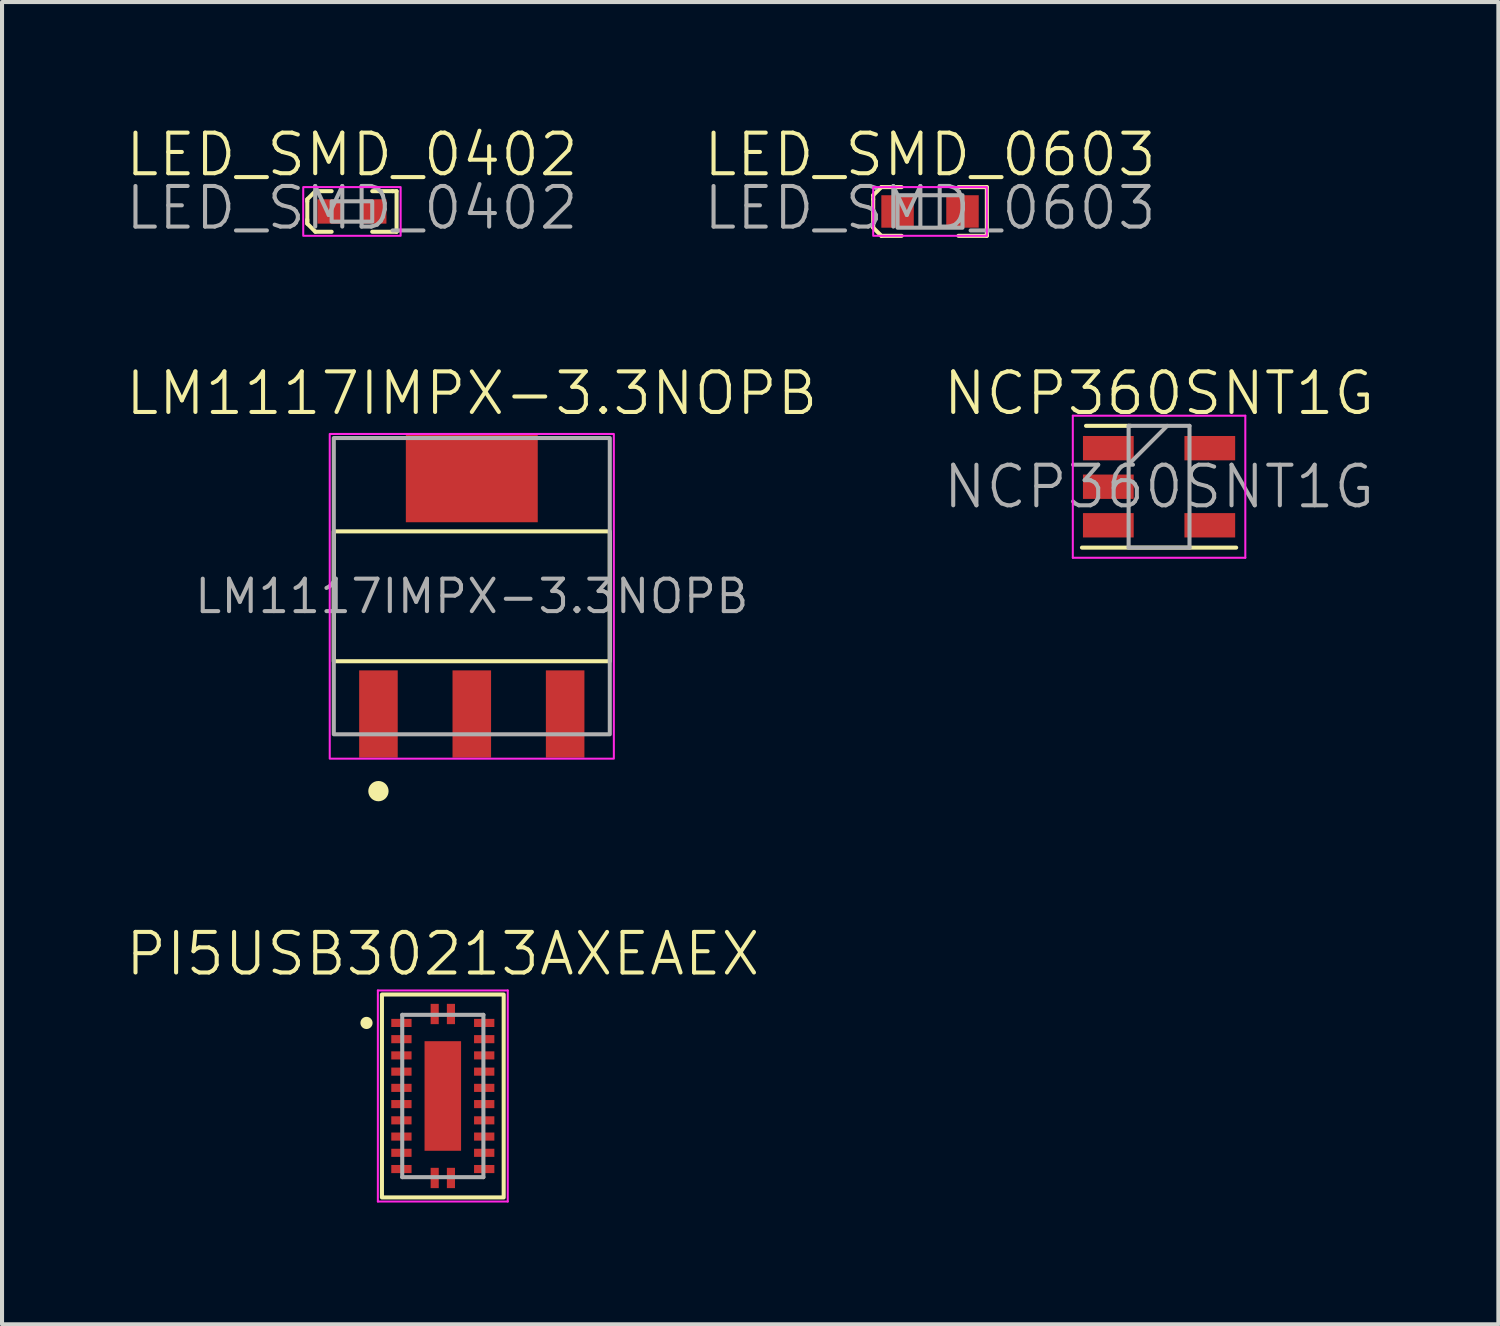
<source format=kicad_pcb>
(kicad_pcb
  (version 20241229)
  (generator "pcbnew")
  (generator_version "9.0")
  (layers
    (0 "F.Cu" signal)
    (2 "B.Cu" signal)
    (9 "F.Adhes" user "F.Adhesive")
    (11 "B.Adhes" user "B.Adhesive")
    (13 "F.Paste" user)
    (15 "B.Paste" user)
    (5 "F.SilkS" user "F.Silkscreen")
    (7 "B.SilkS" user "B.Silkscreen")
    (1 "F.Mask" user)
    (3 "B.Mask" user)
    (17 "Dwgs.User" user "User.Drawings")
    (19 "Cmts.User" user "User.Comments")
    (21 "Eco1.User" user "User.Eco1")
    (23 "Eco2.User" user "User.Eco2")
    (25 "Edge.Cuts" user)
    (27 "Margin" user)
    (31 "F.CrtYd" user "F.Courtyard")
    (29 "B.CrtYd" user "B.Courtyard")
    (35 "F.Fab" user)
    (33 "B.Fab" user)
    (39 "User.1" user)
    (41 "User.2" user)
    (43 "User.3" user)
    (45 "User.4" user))
  (footprint "PI5USB30213AXEAEX"
    (layer "F.Cu")
    (at 7.86 23.953)
    (property "Reference" "PI5USB30213AXEAEX" (at 0 -3.5 0) (layer "F.SilkS") (effects (font (size 1 1) (thickness 0.1))))
    (attr smd)
    (fp_rect (start -1.5 -2.5) (end 1.5 2.5) (stroke (width 0.1) (type default)) (fill no) (layer "F.SilkS"))
    (fp_circle (center -1.88 -1.8) (end -1.78 -1.8) (stroke (width 0.1) (type solid)) (fill yes) (layer "F.SilkS"))
    (fp_poly (pts (xy -0.375 -1.275) (xy -0.075 -1.275) (xy -0.075 -0.975) (xy -0.375 -0.975)) (stroke (width 0.01) (type solid)) (fill yes) (layer "F.Paste"))
    (fp_poly (pts (xy -0.375 -0.825) (xy -0.075 -0.825) (xy -0.075 -0.525) (xy -0.375 -0.525)) (stroke (width 0.01) (type solid)) (fill yes) (layer "F.Paste"))
    (fp_poly (pts (xy -0.375 -0.375) (xy -0.075 -0.375) (xy -0.075 -0.075) (xy -0.375 -0.075)) (stroke (width 0.01) (type solid)) (fill yes) (layer "F.Paste"))
    (fp_poly (pts (xy -0.375 0.075) (xy -0.075 0.075) (xy -0.075 0.375) (xy -0.375 0.375)) (stroke (width 0.01) (type solid)) (fill yes) (layer "F.Paste"))
    (fp_poly (pts (xy -0.375 0.525) (xy -0.075 0.525) (xy -0.075 0.825) (xy -0.375 0.825)) (stroke (width 0.01) (type solid)) (fill yes) (layer "F.Paste"))
    (fp_poly (pts (xy -0.375 0.975) (xy -0.075 0.975) (xy -0.075 1.275) (xy -0.375 1.275)) (stroke (width 0.01) (type solid)) (fill yes) (layer "F.Paste"))
    (fp_poly (pts (xy 0.075 -1.275) (xy 0.375 -1.275) (xy 0.375 -0.975) (xy 0.075 -0.975)) (stroke (width 0.01) (type solid)) (fill yes) (layer "F.Paste"))
    (fp_poly (pts (xy 0.075 -0.825) (xy 0.375 -0.825) (xy 0.375 -0.525) (xy 0.075 -0.525)) (stroke (width 0.01) (type solid)) (fill yes) (layer "F.Paste"))
    (fp_poly (pts (xy 0.075 -0.375) (xy 0.375 -0.375) (xy 0.375 -0.075) (xy 0.075 -0.075)) (stroke (width 0.01) (type solid)) (fill yes) (layer "F.Paste"))
    (fp_poly (pts (xy 0.075 0.075) (xy 0.375 0.075) (xy 0.375 0.375) (xy 0.075 0.375)) (stroke (width 0.01) (type solid)) (fill yes) (layer "F.Paste"))
    (fp_poly (pts (xy 0.075 0.525) (xy 0.375 0.525) (xy 0.375 0.825) (xy 0.075 0.825)) (stroke (width 0.01) (type solid)) (fill yes) (layer "F.Paste"))
    (fp_poly (pts (xy 0.075 0.975) (xy 0.375 0.975) (xy 0.375 1.275) (xy 0.075 1.275)) (stroke (width 0.01) (type solid)) (fill yes) (layer "F.Paste"))
    (fp_line (start -1.6 -2.6) (end 1.6 -2.6) (stroke (width 0.05) (type solid)) (layer "F.CrtYd"))
    (fp_line (start -1.6 2.6) (end -1.6 -2.6) (stroke (width 0.05) (type solid)) (layer "F.CrtYd"))
    (fp_line (start -1.6 2.6) (end 1.6 2.6) (stroke (width 0.05) (type solid)) (layer "F.CrtYd"))
    (fp_line (start 1.6 2.6) (end 1.6 -2.6) (stroke (width 0.05) (type solid)) (layer "F.CrtYd"))
    (fp_line (start -1 2) (end -1 -2) (stroke (width 0.1) (type solid)) (layer "F.Fab"))
    (fp_line (start 1 -2) (end -1 -2) (stroke (width 0.1) (type solid)) (layer "F.Fab"))
    (fp_line (start 1 2) (end -1 2) (stroke (width 0.1) (type solid)) (layer "F.Fab"))
    (fp_line (start 1 2) (end 1 -2) (stroke (width 0.1) (type solid)) (layer "F.Fab"))
    (pad "1" smd rect (at -1.02 -1.8) (size 0.5 0.2) (layers "F.Cu" "F.Mask" "F.Paste"))
    (pad "2" smd rect (at -1.02 -1.4) (size 0.5 0.2) (layers "F.Cu" "F.Mask" "F.Paste"))
    (pad "3" smd rect (at -1.02 -1) (size 0.5 0.2) (layers "F.Cu" "F.Mask" "F.Paste"))
    (pad "4" smd rect (at -1.02 -0.6) (size 0.5 0.2) (layers "F.Cu" "F.Mask" "F.Paste"))
    (pad "5" smd rect (at -1.02 -0.2) (size 0.5 0.2) (layers "F.Cu" "F.Mask" "F.Paste"))
    (pad "6" smd rect (at -1.02 0.2) (size 0.5 0.2) (layers "F.Cu" "F.Mask" "F.Paste"))
    (pad "7" smd rect (at -1.02 0.6) (size 0.5 0.2) (layers "F.Cu" "F.Mask" "F.Paste"))
    (pad "8" smd rect (at -1.02 1) (size 0.5 0.2) (layers "F.Cu" "F.Mask" "F.Paste"))
    (pad "9" smd rect (at -1.02 1.4) (size 0.5 0.2) (layers "F.Cu" "F.Mask" "F.Paste"))
    (pad "10" smd rect (at -1.02 1.8) (size 0.5 0.2) (layers "F.Cu" "F.Mask" "F.Paste"))
    (pad "11" smd rect (at -0.2 2.02) (size 0.2 0.5) (layers "F.Cu" "F.Mask" "F.Paste"))
    (pad "12" smd rect (at 0.2 2.02) (size 0.2 0.5) (layers "F.Cu" "F.Mask" "F.Paste"))
    (pad "13" smd rect (at 1.02 1.8) (size 0.5 0.2) (layers "F.Cu" "F.Mask" "F.Paste"))
    (pad "14" smd rect (at 1.02 1.4) (size 0.5 0.2) (layers "F.Cu" "F.Mask" "F.Paste"))
    (pad "15" smd rect (at 1.02 1) (size 0.5 0.2) (layers "F.Cu" "F.Mask" "F.Paste"))
    (pad "16" smd rect (at 1.02 0.6) (size 0.5 0.2) (layers "F.Cu" "F.Mask" "F.Paste"))
    (pad "17" smd rect (at 1.02 0.2) (size 0.5 0.2) (layers "F.Cu" "F.Mask" "F.Paste"))
    (pad "18" smd rect (at 1.02 -0.2) (size 0.5 0.2) (layers "F.Cu" "F.Mask" "F.Paste"))
    (pad "19" smd rect (at 1.02 -0.6) (size 0.5 0.2) (layers "F.Cu" "F.Mask" "F.Paste"))
    (pad "20" smd rect (at 1.02 -1) (size 0.5 0.2) (layers "F.Cu" "F.Mask" "F.Paste"))
    (pad "21" smd rect (at 1.02 -1.4) (size 0.5 0.2) (layers "F.Cu" "F.Mask" "F.Paste"))
    (pad "22" smd rect (at 1.02 -1.8) (size 0.5 0.2) (layers "F.Cu" "F.Mask" "F.Paste"))
    (pad "23" smd rect (at 0.2 -2.02) (size 0.2 0.5) (layers "F.Cu" "F.Mask" "F.Paste"))
    (pad "24" smd rect (at -0.2 -2.02) (size 0.2 0.5) (layers "F.Cu" "F.Mask" "F.Paste"))
    (pad "25" smd rect (at 0 0) (size 0.9 2.7) (layers "F.Cu" "F.Mask")))
  (footprint "NCP360SNT1G"
    (layer "F.Cu")
    (at 25.507 8.942)
    (property "Reference" "NCP360SNT1G" (at 0 -2.3 0) (layer "F.SilkS") (effects (font (size 1 1) (thickness 0.1))))
    (attr smd)
    (fp_line (start -1.9 1.5) (end 1.9 1.5) (stroke (width 0.1) (type default)) (layer "F.SilkS"))
    (fp_line (start -1.8 -1.5) (end -0.7 -1.5) (stroke (width 0.1) (type default)) (layer "F.SilkS"))
    (fp_line (start -2.125 -1.75) (end 2.125 -1.75) (stroke (width 0.05) (type solid)) (layer "F.CrtYd"))
    (fp_line (start -2.125 1.75) (end -2.125 -1.75) (stroke (width 0.05) (type solid)) (layer "F.CrtYd"))
    (fp_line (start 2.125 -1.75) (end 2.125 1.75) (stroke (width 0.05) (type solid)) (layer "F.CrtYd"))
    (fp_line (start 2.125 1.75) (end -2.125 1.75) (stroke (width 0.05) (type solid)) (layer "F.CrtYd"))
    (fp_line (start -0.75 -1.5) (end 0.75 -1.5) (stroke (width 0.1) (type solid)) (layer "F.Fab"))
    (fp_line (start -0.75 -0.55) (end 0.2 -1.5) (stroke (width 0.1) (type solid)) (layer "F.Fab"))
    (fp_line (start -0.75 1.5) (end -0.75 -1.5) (stroke (width 0.1) (type solid)) (layer "F.Fab"))
    (fp_line (start 0.75 -1.5) (end 0.75 1.5) (stroke (width 0.1) (type solid)) (layer "F.Fab"))
    (fp_line (start 0.75 1.5) (end -0.75 1.5) (stroke (width 0.1) (type solid)) (layer "F.Fab"))
    (fp_text user "${REFERENCE}" (at 0 0 0) (layer "F.Fab") (effects (font (size 1 1) (thickness 0.1))))
    (pad "1" smd rect (at -1.25 -0.95 90) (size 0.6 1.25) (layers "F.Cu" "F.Mask" "F.Paste"))
    (pad "2" smd rect (at -1.25 0 90) (size 0.6 1.25) (layers "F.Cu" "F.Mask" "F.Paste"))
    (pad "3" smd rect (at -1.25 0.95 90) (size 0.6 1.25) (layers "F.Cu" "F.Mask" "F.Paste"))
    (pad "4" smd rect (at 1.25 0.95 90) (size 0.6 1.25) (layers "F.Cu" "F.Mask" "F.Paste"))
    (pad "5" smd rect (at 1.25 -0.95 90) (size 0.6 1.25) (layers "F.Cu" "F.Mask" "F.Paste")))
  (footprint "LED_SMD_0603"
    (layer "F.Cu")
    (at 19.864 2.16)
    (property "Reference" "LED_SMD_0603" (at 0 -1.4 0) (unlocked yes) (layer "F.SilkS") (effects (font (size 1 1) (thickness 0.1))))
    (attr smd)
    (fp_line (start -1.4 -0.4) (end -1.4 -0.3) (stroke (width 0.1) (type default)) (layer "F.SilkS"))
    (fp_line (start -1.4 -0.3) (end -1.4 0.3) (stroke (width 0.1) (type default)) (layer "F.SilkS"))
    (fp_line (start -1.4 0.3) (end -1.4 0.4) (stroke (width 0.1) (type default)) (layer "F.SilkS"))
    (fp_line (start -1.2 -0.6) (end -1.4 -0.4) (stroke (width 0.1) (type default)) (layer "F.SilkS"))
    (fp_line (start -1.2 0.6) (end -1.4 0.4) (stroke (width 0.1) (type default)) (layer "F.SilkS"))
    (fp_line (start -0.7 -0.6) (end -1.2 -0.6) (stroke (width 0.1) (type default)) (layer "F.SilkS"))
    (fp_line (start -0.7 0.6) (end -1.2 0.6) (stroke (width 0.1) (type default)) (layer "F.SilkS"))
    (fp_line (start 0.7 -0.6) (end 1.4 -0.6) (stroke (width 0.1) (type default)) (layer "F.SilkS"))
    (fp_line (start 1.4 -0.6) (end 1.4 0.6) (stroke (width 0.1) (type default)) (layer "F.SilkS"))
    (fp_line (start 1.4 0.6) (end 0.7 0.6) (stroke (width 0.1) (type default)) (layer "F.SilkS"))
    (fp_rect (start -1.4 -0.6) (end 1.4 0.6) (stroke (width 0.05) (type default)) (fill no) (layer "F.CrtYd"))
    (fp_rect (start -0.8 -0.4) (end 0.8 0.4) (stroke (width 0.1) (type solid)) (fill no) (layer "F.Fab"))
    (fp_text user "${REFERENCE}" (at 0 0.5 0) (unlocked yes) (layer "F.Fab") (effects (font (size 1 1) (thickness 0.1)) (justify bottom)))
    (pad "1" smd rect (at -0.8 0) (size 0.8 0.8) (layers "F.Cu" "F.Mask" "F.Paste"))
    (pad "2" smd rect (at 0.8 0) (size 0.8 0.8) (layers "F.Cu" "F.Mask" "F.Paste")))
  (footprint "LM1117IMPX-3.3NOPB"
    (layer "F.Cu")
    (at 8.574 11.642)
    (property "Reference" "LM1117IMPX-3.3NOPB" (at 0 -5 0) (unlocked yes) (layer "F.SilkS") (effects (font (size 1 1) (thickness 0.1))))
    (attr smd)
    (fp_rect (start -3.4 -1.6) (end 3.4 1.6) (stroke (width 0.1) (type default)) (fill no) (layer "F.SilkS"))
    (fp_circle (center -2.3 4.8) (end -2.1 4.8) (stroke (width 0.1) (type solid)) (fill yes) (layer "F.SilkS"))
    (fp_rect (start -3.5 -4) (end 3.5 4) (stroke (width 0.05) (type default)) (fill no) (layer "F.CrtYd"))
    (fp_rect (start -3.4 -3.9) (end 3.4 3.4) (stroke (width 0.1) (type default)) (fill no) (layer "F.Fab"))
    (fp_text user "${REFERENCE}" (at 0 0 0) (unlocked yes) (layer "F.Fab") (effects (font (size 0.8 0.8) (thickness 0.1))))
    (pad "1" smd rect (at -2.3 2.9) (size 0.95 2.15) (layers "F.Cu" "F.Mask" "F.Paste"))
    (pad "2" smd rect (at 0 2.9) (size 0.95 2.15) (layers "F.Cu" "F.Mask" "F.Paste"))
    (pad "3" smd rect (at 2.3 2.9) (size 0.95 2.15) (layers "F.Cu" "F.Mask" "F.Paste"))
    (pad "4" smd rect (at 0 -2.9) (size 3.25 2.15) (layers "F.Cu" "F.Mask" "F.Paste")))
  (footprint "LED_SMD_0402"
    (layer "F.Cu")
    (at 5.621 2.16)
    (property "Reference" "LED_SMD_0402" (at 0 -1.4 0) (unlocked yes) (layer "F.SilkS") (effects (font (size 1 1) (thickness 0.1))))
    (attr smd)
    (fp_line (start -1.1 -0.3) (end -1.1 -0.25) (stroke (width 0.1) (type default)) (layer "F.SilkS"))
    (fp_line (start -1.1 -0.25) (end -1.1 0.25) (stroke (width 0.1) (type default)) (layer "F.SilkS"))
    (fp_line (start -1.1 0.3) (end -1.1 0.2) (stroke (width 0.1) (type default)) (layer "F.SilkS"))
    (fp_line (start -0.9 -0.5) (end -1.1 -0.3) (stroke (width 0.1) (type default)) (layer "F.SilkS"))
    (fp_line (start -0.9 0.5) (end -1.1 0.3) (stroke (width 0.1) (type default)) (layer "F.SilkS"))
    (fp_line (start -0.9 0.5) (end -0.5 0.5) (stroke (width 0.1) (type default)) (layer "F.SilkS"))
    (fp_line (start -0.5 -0.5) (end -0.9 -0.5) (stroke (width 0.1) (type default)) (layer "F.SilkS"))
    (fp_line (start 0.5 -0.5) (end 1 -0.5) (stroke (width 0.1) (type default)) (layer "F.SilkS"))
    (fp_line (start 1 -0.5) (end 1.1 -0.5) (stroke (width 0.1) (type default)) (layer "F.SilkS"))
    (fp_line (start 1.1 -0.5) (end 1.1 0.5) (stroke (width 0.1) (type default)) (layer "F.SilkS"))
    (fp_line (start 1.1 0.5) (end 0.5 0.5) (stroke (width 0.1) (type default)) (layer "F.SilkS"))
    (fp_rect (start -1.2 -0.6) (end 1.2 0.6) (stroke (width 0.05) (type default)) (fill no) (layer "F.CrtYd"))
    (fp_rect (start -0.5 -0.25) (end 0.5 0.25) (stroke (width 0.1) (type solid)) (fill no) (layer "F.Fab"))
    (fp_text user "${REFERENCE}" (at 0 0.5 0) (unlocked yes) (layer "F.Fab") (effects (font (size 1 1) (thickness 0.1)) (justify bottom)))
    (pad "1" smd rect (at -0.55 0) (size 0.6 0.6) (layers "F.Cu" "F.Mask" "F.Paste"))
    (pad "2" smd rect (at 0.55 0) (size 0.6 0.6) (layers "F.Cu" "F.Mask" "F.Paste")))
  (gr_rect
    (start -3 -3)
    (end 33.867 29.578)
    (stroke (width 0.1) (type default))
    (fill no)
    (layer "Edge.Cuts")))
</source>
